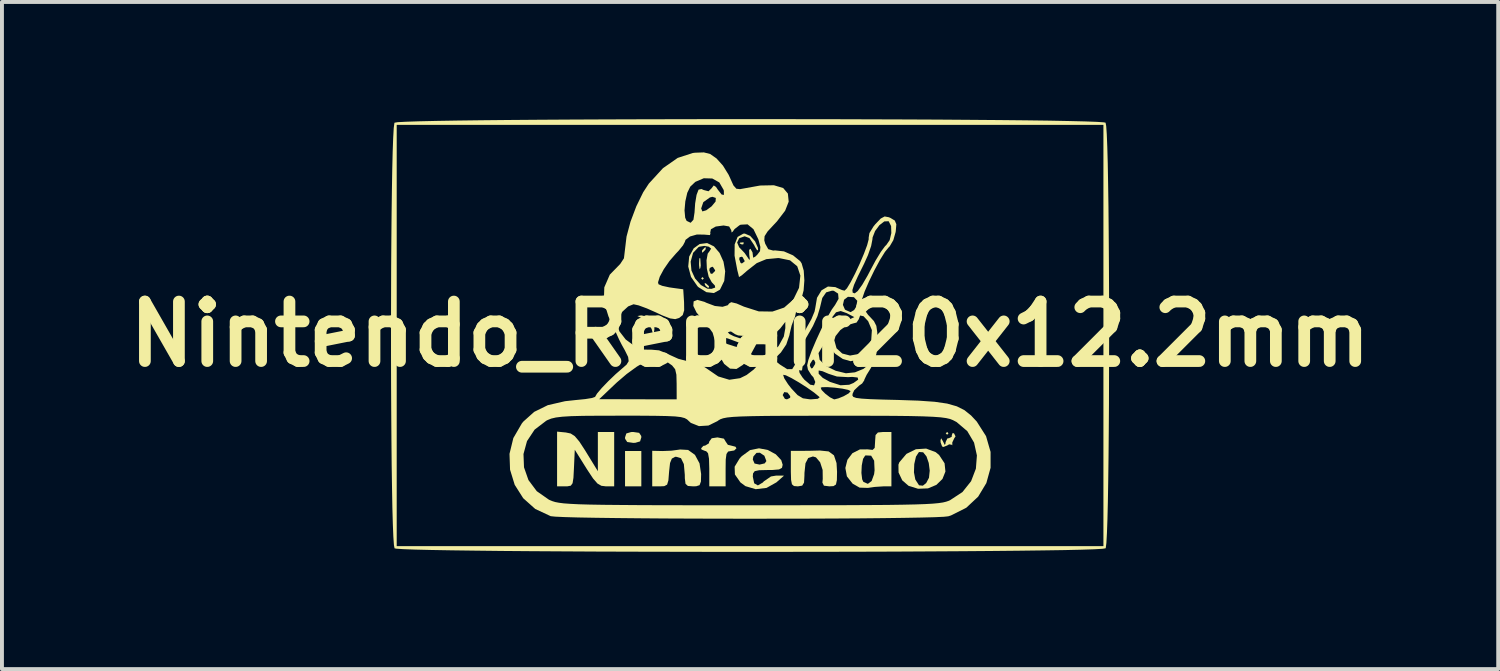
<source format=kicad_pcb>
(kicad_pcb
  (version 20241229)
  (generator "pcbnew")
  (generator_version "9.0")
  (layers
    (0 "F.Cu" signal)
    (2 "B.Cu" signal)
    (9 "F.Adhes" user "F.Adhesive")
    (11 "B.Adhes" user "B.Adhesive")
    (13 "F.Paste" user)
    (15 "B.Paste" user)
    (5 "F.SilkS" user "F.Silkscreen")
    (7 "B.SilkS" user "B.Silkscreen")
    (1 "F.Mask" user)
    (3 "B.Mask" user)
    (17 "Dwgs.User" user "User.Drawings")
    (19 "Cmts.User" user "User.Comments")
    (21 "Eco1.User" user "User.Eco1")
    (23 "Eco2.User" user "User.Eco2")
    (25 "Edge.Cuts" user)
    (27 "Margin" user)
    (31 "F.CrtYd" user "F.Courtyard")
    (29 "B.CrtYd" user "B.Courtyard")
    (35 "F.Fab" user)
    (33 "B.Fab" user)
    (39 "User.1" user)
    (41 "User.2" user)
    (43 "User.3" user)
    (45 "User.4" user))
  (footprint "Nintendo_Repair20x12.2mm"
    (layer "F.Cu")
    (at 16.154 5.505)
    (property "Reference" "Nintendo_Repair20x12.2mm" (at 0 0 0) (layer "F.SilkS") (effects (font (size 1.524 1.524) (thickness 0.3))))
    (attr board_only exclude_from_pos_files exclude_from_bom)
    (fp_poly (pts (xy -2.784 3.897) (xy -3.201 3.897) (xy -3.201 2.992) (xy -2.784 2.992)) (stroke (width 0) (type solid)) (fill yes) (layer "F.SilkS"))
    (fp_poly (pts (xy -1.183 -1.427) (xy -1.218 -1.392) (xy -1.253 -1.427) (xy -1.218 -1.461)) (stroke (width 0) (type solid)) (fill yes) (layer "F.SilkS"))
    (fp_poly (pts (xy 5.08 2.54) (xy 5.045 2.575) (xy 5.01 2.54) (xy 5.045 2.505)) (stroke (width 0) (type solid)) (fill yes) (layer "F.SilkS"))
    (fp_poly (pts (xy -0.162 -2.343) (xy -0.172 -2.301) (xy -0.209 -2.296) (xy -0.266 -2.322) (xy -0.255 -2.343) (xy -0.173 -2.351)) (stroke (width 0) (type solid)) (fill yes) (layer "F.SilkS"))
    (fp_poly (pts (xy -1.124 -1.294) (xy -1.049 -1.224) (xy -1.065 -1.184) (xy -1.075 -1.183) (xy -1.133 -1.232) (xy -1.155 -1.263) (xy -1.163 -1.311)) (stroke (width 0) (type solid)) (fill yes) (layer "F.SilkS"))
    (fp_poly (pts (xy -1.274 -1.931) (xy -1.263 -1.755) (xy -1.274 -1.688) (xy -1.294 -1.666) (xy -1.305 -1.762) (xy -1.306 -1.809) (xy -1.299 -1.936) (xy -1.281 -1.951)) (stroke (width 0) (type solid)) (fill yes) (layer "F.SilkS"))
    (fp_poly (pts (xy -1.135 -2.182) (xy -1.148 -2.157) (xy -1.214 -2.091) (xy -1.226 -2.088) (xy -1.231 -2.133) (xy -1.218 -2.157) (xy -1.152 -2.224) (xy -1.14 -2.227)) (stroke (width 0) (type solid)) (fill yes) (layer "F.SilkS"))
    (fp_poly (pts (xy -2.84 2.527) (xy -2.786 2.608) (xy -2.784 2.644) (xy -2.816 2.746) (xy -2.938 2.782) (xy -2.992 2.784) (xy -3.145 2.762) (xy -3.199 2.68) (xy -3.201 2.644) (xy -3.168 2.543) (xy -3.046 2.507) (xy -2.992 2.505)) (stroke (width 0) (type solid)) (fill yes) (layer "F.SilkS"))
    (fp_poly (pts (xy -2.573 -0.433) (xy -2.46 -0.292) (xy -2.449 -0.126) (xy -2.473 0.035) (xy -2.52 -0.131) (xy -2.592 -0.253) (xy -2.671 -0.256) (xy -2.746 -0.257) (xy -2.74 -0.311) (xy -2.765 -0.404) (xy -2.831 -0.438) (xy -2.885 -0.463) (xy -2.803 -0.478) (xy -2.775 -0.479)) (stroke (width 0) (type solid)) (fill yes) (layer "F.SilkS"))
    (fp_poly (pts (xy 5.224 2.543) (xy 5.261 2.618) (xy 5.231 2.661) (xy 5.177 2.774) (xy 5.178 2.809) (xy 5.177 2.848) (xy 5.166 2.833) (xy 5.097 2.821) (xy 5.049 2.85) (xy 4.951 2.889) (xy 4.917 2.876) (xy 4.879 2.773) (xy 4.876 2.72) (xy 4.892 2.665) (xy 4.937 2.74) (xy 4.941 2.749) (xy 4.987 2.839) (xy 5.003 2.802) (xy 5.006 2.766) (xy 5.05 2.672) (xy 5.097 2.662) (xy 5.164 2.627) (xy 5.165 2.587) (xy 5.188 2.53)) (stroke (width 0) (type solid)) (fill yes) (layer "F.SilkS"))
    (fp_poly (pts (xy -4.716 2.518) (xy -4.593 2.544) (xy -4.487 2.613) (xy -4.372 2.749) (xy -4.222 2.979) (xy -4.194 3.025) (xy -3.897 3.509) (xy -3.897 2.505) (xy -3.479 2.505) (xy -3.479 3.897) (xy -3.691 3.897) (xy -3.807 3.883) (xy -3.907 3.825) (xy -4.018 3.698) (xy -4.164 3.478) (xy -4.195 3.429) (xy -4.488 2.96) (xy -4.509 3.429) (xy -4.522 3.677) (xy -4.544 3.817) (xy -4.59 3.88) (xy -4.675 3.896) (xy -4.735 3.897) (xy -4.941 3.897) (xy -4.941 2.496)) (stroke (width 0) (type solid)) (fill yes) (layer "F.SilkS"))
    (fp_poly (pts (xy -0.669 2.676) (xy -0.626 2.749) (xy -0.568 2.834) (xy -0.487 2.853) (xy -0.374 2.882) (xy -0.348 2.923) (xy -0.406 2.979) (xy -0.487 2.992) (xy -0.562 3.006) (xy -0.604 3.069) (xy -0.623 3.211) (xy -0.626 3.445) (xy -0.626 3.897) (xy -1.044 3.897) (xy -1.044 3.445) (xy -1.051 3.191) (xy -1.076 3.05) (xy -1.125 2.996) (xy -1.148 2.992) (xy -1.241 2.955) (xy -1.253 2.923) (xy -1.196 2.861) (xy -1.148 2.853) (xy -1.056 2.797) (xy -1.044 2.749) (xy -0.982 2.666) (xy -0.835 2.644)) (stroke (width 0) (type solid)) (fill yes) (layer "F.SilkS"))
    (fp_poly (pts (xy -1.586 2.965) (xy -1.411 3.091) (xy -1.294 3.309) (xy -1.253 3.581) (xy -1.258 3.774) (xy -1.293 3.867) (xy -1.38 3.895) (xy -1.461 3.897) (xy -1.592 3.887) (xy -1.653 3.831) (xy -1.67 3.69) (xy -1.671 3.601) (xy -1.695 3.328) (xy -1.768 3.177) (xy -1.896 3.139) (xy -1.922 3.143) (xy -2.003 3.187) (xy -2.049 3.301) (xy -2.073 3.52) (xy -2.074 3.532) (xy -2.091 3.745) (xy -2.124 3.853) (xy -2.196 3.892) (xy -2.3 3.897) (xy -2.505 3.897) (xy -2.505 2.987) (xy -2.244 2.993) (xy -2.013 2.984) (xy -1.806 2.956) (xy -1.796 2.953)) (stroke (width 0) (type solid)) (fill yes) (layer "F.SilkS"))
    (fp_poly (pts (xy 2.012 3.003) (xy 2.148 3.103) (xy 2.214 3.301) (xy 2.227 3.523) (xy 2.223 3.739) (xy 2.199 3.85) (xy 2.136 3.891) (xy 2.03 3.897) (xy 1.891 3.88) (xy 1.852 3.802) (xy 1.861 3.706) (xy 1.858 3.478) (xy 1.794 3.281) (xy 1.687 3.155) (xy 1.61 3.132) (xy 1.489 3.172) (xy 1.419 3.306) (xy 1.393 3.552) (xy 1.392 3.624) (xy 1.382 3.801) (xy 1.335 3.879) (xy 1.227 3.897) (xy 1.218 3.897) (xy 1.124 3.889) (xy 1.072 3.844) (xy 1.05 3.732) (xy 1.044 3.52) (xy 1.044 3.443) (xy 1.044 2.989) (xy 1.305 2.989) (xy 1.552 2.986) (xy 1.786 2.98) (xy 1.79 2.98)) (stroke (width 0) (type solid)) (fill yes) (layer "F.SilkS"))
    (fp_poly (pts (xy 4.753 3.022) (xy 4.84 3.094) (xy 4.98 3.306) (xy 5.002 3.518) (xy 4.926 3.708) (xy 4.771 3.859) (xy 4.556 3.949) (xy 4.302 3.959) (xy 4.059 3.884) (xy 3.897 3.744) (xy 3.803 3.545) (xy 3.802 3.539) (xy 4.196 3.539) (xy 4.23 3.718) (xy 4.235 3.728) (xy 4.326 3.87) (xy 4.424 3.88) (xy 4.509 3.813) (xy 4.581 3.677) (xy 4.6 3.494) (xy 4.575 3.299) (xy 4.517 3.131) (xy 4.432 3.025) (xy 4.33 3.018) (xy 4.32 3.024) (xy 4.248 3.135) (xy 4.204 3.326) (xy 4.196 3.539) (xy 3.802 3.539) (xy 3.799 3.342) (xy 3.822 3.281) (xy 4.004 3.066) (xy 4.245 2.947) (xy 4.508 2.93)) (stroke (width 0) (type solid)) (fill yes) (layer "F.SilkS"))
    (fp_poly (pts (xy 3.619 3.897) (xy 3.419 3.897) (xy 3.19 3.912) (xy 3.017 3.937) (xy 2.805 3.93) (xy 2.626 3.828) (xy 2.479 3.641) (xy 2.463 3.553) (xy 2.851 3.553) (xy 2.87 3.717) (xy 2.902 3.783) (xy 3.016 3.833) (xy 3.112 3.761) (xy 3.176 3.585) (xy 3.188 3.486) (xy 3.177 3.24) (xy 3.1 3.112) (xy 2.962 3.105) (xy 2.946 3.111) (xy 2.893 3.194) (xy 2.86 3.361) (xy 2.851 3.553) (xy 2.463 3.553) (xy 2.44 3.427) (xy 2.492 3.218) (xy 2.621 3.048) (xy 2.813 2.951) (xy 3.009 2.95) (xy 3.138 2.964) (xy 3.191 2.912) (xy 3.201 2.757) (xy 3.201 2.747) (xy 3.213 2.584) (xy 3.273 2.518) (xy 3.41 2.505) (xy 3.619 2.505)) (stroke (width 0) (type solid)) (fill yes) (layer "F.SilkS"))
    (fp_poly (pts (xy 0.455 2.966) (xy 0.659 3.077) (xy 0.798 3.225) (xy 0.835 3.345) (xy 0.817 3.423) (xy 0.741 3.464) (xy 0.574 3.478) (xy 0.452 3.479) (xy 0.233 3.484) (xy 0.119 3.508) (xy 0.076 3.567) (xy 0.07 3.649) (xy 0.106 3.819) (xy 0.2 3.873) (xy 0.326 3.799) (xy 0.353 3.769) (xy 0.535 3.644) (xy 0.672 3.621) (xy 0.87 3.623) (xy 0.675 3.795) (xy 0.422 3.937) (xy 0.144 3.97) (xy -0.118 3.892) (xy -0.247 3.796) (xy -0.388 3.593) (xy -0.395 3.394) (xy -0.283 3.209) (xy 0.07 3.209) (xy 0.115 3.313) (xy 0.244 3.34) (xy 0.375 3.309) (xy 0.418 3.25) (xy 0.366 3.113) (xy 0.25 3.036) (xy 0.165 3.04) (xy 0.085 3.132) (xy 0.07 3.209) (xy -0.283 3.209) (xy -0.266 3.182) (xy -0.214 3.126) (xy -0.00043 2.969) (xy 0.229 2.923)) (stroke (width 0) (type solid)) (fill yes) (layer "F.SilkS"))
    (fp_poly (pts (xy -0.925 -2.247) (xy -0.781 -2.079) (xy -0.681 -1.857) (xy -0.637 -1.609) (xy -0.661 -1.363) (xy -0.766 -1.148) (xy -0.774 -1.137) (xy -0.926 -1.052) (xy -1.12 -1.075) (xy -1.322 -1.203) (xy -1.346 -1.226) (xy -1.512 -1.465) (xy -1.583 -1.731) (xy -1.571 -1.856) (xy -1.521 -1.856) (xy -1.501 -1.629) (xy -1.408 -1.425) (xy -1.259 -1.258) (xy -1.094 -1.164) (xy -0.988 -1.159) (xy -0.893 -1.192) (xy -0.901 -1.244) (xy -0.981 -1.329) (xy -1.06 -1.472) (xy -1.097 -1.635) (xy -1.044 -1.635) (xy -1.009 -1.549) (xy -0.969 -1.544) (xy -0.897 -1.616) (xy -0.894 -1.635) (xy -0.948 -1.717) (xy -0.969 -1.726) (xy -1.032 -1.693) (xy -1.044 -1.635) (xy -1.097 -1.635) (xy -1.106 -1.676) (xy -1.115 -1.89) (xy -1.084 -2.061) (xy -1.035 -2.128) (xy -0.997 -2.189) (xy -1.056 -2.238) (xy -1.169 -2.259) (xy -1.295 -2.239) (xy -1.32 -2.228) (xy -1.459 -2.081) (xy -1.521 -1.856) (xy -1.571 -1.856) (xy -1.559 -1.986) (xy -1.443 -2.197) (xy -1.291 -2.307) (xy -1.099 -2.332)) (stroke (width 0) (type solid)) (fill yes) (layer "F.SilkS"))
    (fp_poly (pts (xy 1.106 -5.504) (xy 2.07 -5.503) (xy 3.013 -5.5) (xy 3.925 -5.497) (xy 4.795 -5.493) (xy 5.613 -5.487) (xy 6.37 -5.481) (xy 7.055 -5.474) (xy 7.659 -5.466) (xy 8.17 -5.456) (xy 8.581 -5.446) (xy 8.879 -5.435) (xy 9.056 -5.423) (xy 9.102 -5.414) (xy 9.118 -5.33) (xy 9.133 -5.119) (xy 9.146 -4.795) (xy 9.158 -4.372) (xy 9.167 -3.861) (xy 9.176 -3.277) (xy 9.182 -2.632) (xy 9.187 -1.939) (xy 9.191 -1.211) (xy 9.193 -0.462) (xy 9.193 0.296) (xy 9.191 1.049) (xy 9.189 1.785) (xy 9.184 2.49) (xy 9.178 3.151) (xy 9.17 3.756) (xy 9.161 4.291) (xy 9.15 4.743) (xy 9.137 5.099) (xy 9.123 5.346) (xy 9.107 5.472) (xy 9.102 5.484) (xy 9.021 5.496) (xy 8.811 5.508) (xy 8.482 5.519) (xy 8.043 5.529) (xy 7.506 5.537) (xy 6.88 5.545) (xy 6.174 5.552) (xy 5.4 5.558) (xy 4.567 5.563) (xy 3.685 5.568) (xy 2.764 5.571) (xy 1.815 5.573) (xy 0.846 5.574) (xy -0.13 5.575) (xy -1.106 5.574) (xy -2.07 5.572) (xy -3.013 5.57) (xy -3.925 5.567) (xy -4.795 5.562) (xy -5.613 5.557) (xy -6.37 5.551) (xy -7.055 5.543) (xy -7.659 5.535) (xy -8.17 5.526) (xy -8.581 5.516) (xy -8.879 5.505) (xy -9.056 5.493) (xy -9.102 5.484) (xy -9.113 5.428) (xy -9.047 5.428) (xy 9.047 5.428) (xy 9.047 -5.358) (xy -9.047 -5.358) (xy -9.047 5.428) (xy -9.113 5.428) (xy -9.118 5.399) (xy -9.133 5.189) (xy -9.146 4.865) (xy -9.158 4.441) (xy -9.167 3.931) (xy -9.176 3.347) (xy -9.182 2.701) (xy -9.187 2.009) (xy -9.191 1.281) (xy -9.193 0.532) (xy -9.193 -0.226) (xy -9.191 -0.979) (xy -9.189 -1.715) (xy -9.184 -2.42) (xy -9.178 -3.082) (xy -9.17 -3.687) (xy -9.161 -4.221) (xy -9.15 -4.674) (xy -9.137 -5.03) (xy -9.123 -5.277) (xy -9.107 -5.402) (xy -9.102 -5.414) (xy -9.021 -5.427) (xy -8.811 -5.438) (xy -8.482 -5.449) (xy -8.043 -5.459) (xy -7.506 -5.468) (xy -6.88 -5.476) (xy -6.174 -5.483) (xy -5.4 -5.489) (xy -4.567 -5.494) (xy -3.685 -5.498) (xy -2.764 -5.501) (xy -1.815 -5.503) (xy -0.846 -5.505) (xy 0.13 -5.505)) (stroke (width 0) (type solid)) (fill yes) (layer "F.SilkS"))
    (fp_poly (pts (xy -1.022 -4.612) (xy -0.864 -4.502) (xy -0.856 -4.495) (xy -0.694 -4.315) (xy -0.549 -4.08) (xy -0.511 -3.997) (xy -0.426 -3.808) (xy -0.351 -3.723) (xy -0.255 -3.712) (xy -0.209 -3.721) (xy 0.258 -3.805) (xy 0.61 -3.812) (xy 0.848 -3.741) (xy 0.968 -3.599) (xy 0.989 -3.392) (xy 0.898 -3.16) (xy 0.69 -2.888) (xy 0.609 -2.802) (xy 0.448 -2.628) (xy 0.372 -2.508) (xy 0.364 -2.403) (xy 0.388 -2.315) (xy 0.466 -2.175) (xy 0.591 -2.14) (xy 0.641 -2.144) (xy 0.867 -2.119) (xy 1.101 -2.017) (xy 1.282 -1.87) (xy 1.32 -1.813) (xy 1.374 -1.626) (xy 1.39 -1.375) (xy 1.371 -1.12) (xy 1.319 -0.918) (xy 1.29 -0.866) (xy 1.207 -0.709) (xy 1.185 -0.608) (xy 1.15 -0.441) (xy 1.117 -0.364) (xy 1.063 -0.217) (xy 1.014 -0.011) (xy 1.008 0.025) (xy 0.927 0.265) (xy 0.79 0.469) (xy 0.786 0.473) (xy 0.607 0.651) (xy 0.764 0.778) (xy 0.951 0.897) (xy 1.079 0.896) (xy 1.159 0.768) (xy 1.198 0.539) (xy 1.287 0.146) (xy 1.45 -0.17) (xy 1.571 -0.385) (xy 1.651 -0.578) (xy 1.67 -0.671) (xy 1.714 -0.931) (xy 1.829 -1.121) (xy 1.994 -1.219) (xy 2.184 -1.204) (xy 2.22 -1.187) (xy 2.356 -1.128) (xy 2.42 -1.113) (xy 2.436 -1.129) (xy 2.62 -1.129) (xy 2.627 -1.063) (xy 2.678 -1.044) (xy 2.68 -1.044) (xy 2.756 -1.103) (xy 2.872 -1.264) (xy 3.01 -1.501) (xy 3.071 -1.618) (xy 3.213 -1.883) (xy 3.348 -2.106) (xy 3.456 -2.252) (xy 3.489 -2.283) (xy 3.574 -2.406) (xy 3.617 -2.587) (xy 3.611 -2.767) (xy 3.552 -2.885) (xy 3.544 -2.891) (xy 3.437 -2.886) (xy 3.312 -2.79) (xy 3.201 -2.64) (xy 3.137 -2.475) (xy 3.132 -2.422) (xy 3.1 -2.257) (xy 3.019 -2.024) (xy 2.919 -1.802) (xy 2.76 -1.48) (xy 2.662 -1.262) (xy 2.62 -1.129) (xy 2.436 -1.129) (xy 2.48 -1.173) (xy 2.575 -1.33) (xy 2.69 -1.552) (xy 2.808 -1.805) (xy 2.915 -2.057) (xy 2.997 -2.276) (xy 3.037 -2.427) (xy 3.037 -2.47) (xy 3.056 -2.587) (xy 3.158 -2.754) (xy 3.207 -2.815) (xy 3.346 -2.96) (xy 3.446 -3.013) (xy 3.553 -2.993) (xy 3.595 -2.975) (xy 3.706 -2.908) (xy 3.745 -2.813) (xy 3.731 -2.64) (xy 3.727 -2.613) (xy 3.668 -2.406) (xy 3.576 -2.249) (xy 3.553 -2.227) (xy 3.454 -2.106) (xy 3.323 -1.895) (xy 3.181 -1.631) (xy 3.045 -1.35) (xy 2.933 -1.091) (xy 2.865 -0.891) (xy 2.853 -0.815) (xy 2.902 -0.664) (xy 3.022 -0.493) (xy 3.059 -0.455) (xy 3.172 -0.333) (xy 3.233 -0.213) (xy 3.257 -0.046) (xy 3.258 0.19) (xy 3.237 0.49) (xy 3.18 0.708) (xy 3.086 0.879) (xy 2.984 1.043) (xy 2.927 1.163) (xy 2.923 1.184) (xy 2.869 1.264) (xy 2.792 1.318) (xy 2.667 1.437) (xy 2.627 1.522) (xy 2.62 1.571) (xy 2.644 1.607) (xy 2.717 1.633) (xy 2.856 1.651) (xy 3.082 1.665) (xy 3.412 1.676) (xy 3.783 1.685) (xy 4.314 1.703) (xy 4.727 1.732) (xy 5.046 1.778) (xy 5.293 1.848) (xy 5.49 1.947) (xy 5.659 2.083) (xy 5.804 2.238) (xy 6.042 2.612) (xy 6.158 3.015) (xy 6.158 3.422) (xy 6.05 3.812) (xy 5.84 4.161) (xy 5.536 4.445) (xy 5.144 4.642) (xy 5.074 4.664) (xy 4.963 4.676) (xy 4.727 4.687) (xy 4.379 4.696) (xy 3.934 4.704) (xy 3.405 4.711) (xy 2.807 4.717) (xy 2.153 4.721) (xy 1.458 4.724) (xy 0.734 4.725) (xy -0.004 4.726) (xy -0.742 4.725) (xy -1.466 4.723) (xy -2.163 4.72) (xy -2.818 4.715) (xy -3.418 4.709) (xy -3.949 4.702) (xy -4.396 4.694) (xy -4.747 4.684) (xy -4.987 4.673) (xy -5.103 4.661) (xy -5.104 4.661) (xy -5.499 4.477) (xy -5.808 4.201) (xy -6.026 3.858) (xy -6.145 3.471) (xy -6.159 3.069) (xy -5.801 3.069) (xy -5.788 3.41) (xy -5.674 3.736) (xy -5.461 4.021) (xy -5.149 4.239) (xy -5.12 4.252) (xy -5.059 4.277) (xy -4.987 4.299) (xy -4.893 4.317) (xy -4.768 4.333) (xy -4.601 4.345) (xy -4.383 4.356) (xy -4.102 4.364) (xy -3.749 4.37) (xy -3.314 4.374) (xy -2.786 4.378) (xy -2.156 4.38) (xy -1.412 4.381) (xy -0.545 4.381) (xy 0 4.381) (xy 0.941 4.381) (xy 1.752 4.38) (xy 2.445 4.379) (xy 3.03 4.376) (xy 3.516 4.373) (xy 3.914 4.367) (xy 4.234 4.36) (xy 4.486 4.351) (xy 4.68 4.34) (xy 4.827 4.326) (xy 4.937 4.31) (xy 5.02 4.29) (xy 5.087 4.267) (xy 5.12 4.252) (xy 5.438 4.043) (xy 5.659 3.765) (xy 5.782 3.444) (xy 5.808 3.106) (xy 5.735 2.777) (xy 5.562 2.484) (xy 5.288 2.251) (xy 5.193 2.201) (xy 5.119 2.172) (xy 5.019 2.149) (xy 4.88 2.13) (xy 4.688 2.116) (xy 4.431 2.105) (xy 4.094 2.097) (xy 3.664 2.092) (xy 3.128 2.09) (xy 2.472 2.089) (xy 2.147 2.089) (xy 1.446 2.09) (xy 0.872 2.091) (xy 0.409 2.094) (xy 0.046 2.1) (xy -0.232 2.108) (xy -0.438 2.119) (xy -0.586 2.134) (xy -0.689 2.154) (xy -0.76 2.179) (xy -0.813 2.21) (xy -0.835 2.227) (xy -1.065 2.34) (xy -1.308 2.355) (xy -1.517 2.272) (xy -1.566 2.227) (xy -1.613 2.183) (xy -1.675 2.149) (xy -1.771 2.124) (xy -1.918 2.107) (xy -2.134 2.097) (xy -2.437 2.091) (xy -2.845 2.088) (xy -3.335 2.088) (xy -3.864 2.089) (xy -4.274 2.092) (xy -4.582 2.1) (xy -4.808 2.114) (xy -4.971 2.134) (xy -5.091 2.162) (xy -5.185 2.2) (xy -5.218 2.217) (xy -5.517 2.446) (xy -5.711 2.739) (xy -5.801 3.069) (xy -6.159 3.069) (xy -6.159 3.064) (xy -6.061 2.661) (xy -5.843 2.286) (xy -5.804 2.238) (xy -5.527 1.99) (xy -5.179 1.819) (xy -4.737 1.717) (xy -4.471 1.688) (xy -4.24 1.665) (xy -3.862 1.665) (xy -2.871 1.668) (xy -1.879 1.67) (xy -1.879 1.56) (xy 0.835 1.56) (xy 0.891 1.656) (xy 0.945 1.67) (xy 1.026 1.63) (xy 1.028 1.587) (xy 0.959 1.496) (xy 0.875 1.484) (xy 0.835 1.56) (xy -1.879 1.56) (xy -1.88 1.27) (xy -1.886 1.039) (xy -1.918 0.899) (xy -1.996 0.802) (xy -2.123 0.713) (xy -2.366 0.556) (xy -2.692 0.709) (xy -2.902 0.834) (xy -3.159 1.021) (xy -3.409 1.235) (xy -3.44 1.264) (xy -3.862 1.665) (xy -4.24 1.665) (xy -4.226 1.664) (xy -4.047 1.635) (xy -3.968 1.607) (xy -3.967 1.604) (xy -3.919 1.523) (xy -3.797 1.379) (xy -3.627 1.202) (xy -3.438 1.021) (xy -3.286 0.889) (xy -3.162 0.781) (xy -3.108 0.693) (xy -3.122 0.584) (xy -3.205 0.415) (xy -3.282 0.278) (xy -3.355 0.134) (xy -3.416 0) (xy -3.495 -0.175) (xy -3.553 -0.3) (xy -3.41 -0.3) (xy -3.347 -0.074) (xy -3.184 0.137) (xy -2.958 0.304) (xy -2.709 0.396) (xy -2.525 0.398) (xy -2.33 0.415) (xy -2.085 0.517) (xy -2.063 0.529) (xy -1.838 0.631) (xy -1.618 0.69) (xy -1.554 0.695) (xy -1.317 0.752) (xy -1.127 0.869) (xy -0.815 1.083) (xy -0.531 1.168) (xy -0.256 1.128) (xy -0.091 1.047) (xy -0.085 1.043) (xy 0.847 1.043) (xy 0.875 1.13) (xy 0.972 1.281) (xy 1.056 1.389) (xy 1.215 1.56) (xy 1.353 1.643) (xy 1.525 1.668) (xy 1.562 1.669) (xy 1.732 1.656) (xy 1.781 1.62) (xy 1.771 1.605) (xy 1.641 1.497) (xy 1.462 1.371) (xy 1.809 1.371) (xy 1.831 1.429) (xy 1.925 1.524) (xy 2.046 1.617) (xy 2.147 1.668) (xy 2.162 1.67) (xy 2.263 1.644) (xy 2.398 1.589) (xy 2.527 1.515) (xy 2.575 1.459) (xy 2.513 1.427) (xy 2.361 1.395) (xy 2.166 1.37) (xy 1.977 1.356) (xy 1.843 1.359) (xy 1.809 1.371) (xy 1.462 1.371) (xy 1.457 1.367) (xy 1.253 1.237) (xy 1.062 1.126) (xy 0.916 1.054) (xy 0.848 1.041) (xy 0.847 1.043) (xy -0.085 1.043) (xy 0.072 0.923) (xy 1.254 0.923) (xy 1.268 0.993) (xy 1.342 1.108) (xy 1.394 1.17) (xy 1.541 1.294) (xy 1.638 1.311) (xy 1.67 1.226) (xy 1.621 1.104) (xy 1.566 1.044) (xy 1.498 0.935) (xy 1.756 0.935) (xy 1.757 1.015) (xy 1.861 1.12) (xy 2.044 1.222) (xy 2.317 1.309) (xy 2.538 1.296) (xy 2.649 1.25) (xy 2.768 1.165) (xy 2.755 1.111) (xy 2.616 1.095) (xy 2.509 1.101) (xy 2.224 1.085) (xy 2.011 1.016) (xy 1.856 0.95) (xy 1.763 0.931) (xy 1.756 0.935) (xy 1.498 0.935) (xy 1.481 0.907) (xy 1.463 0.808) (xy 1.531 0.808) (xy 1.566 0.877) (xy 1.601 0.87) (xy 1.664 0.769) (xy 1.67 0.722) (xy 1.635 0.654) (xy 1.601 0.661) (xy 1.537 0.761) (xy 1.531 0.808) (xy 1.463 0.808) (xy 1.461 0.801) (xy 1.493 0.66) (xy 1.556 0.486) (xy 1.753 0.486) (xy 1.782 0.657) (xy 1.938 0.814) (xy 2.193 0.938) (xy 2.454 1.002) (xy 2.686 0.978) (xy 2.904 0.889) (xy 3.026 0.79) (xy 3.111 0.656) (xy 3.128 0.541) (xy 3.113 0.515) (xy 3.038 0.523) (xy 2.895 0.583) (xy 2.881 0.59) (xy 2.708 0.663) (xy 2.575 0.693) (xy 2.575 0.693) (xy 2.375 0.636) (xy 2.176 0.5) (xy 2.055 0.351) (xy 1.984 0.245) (xy 1.917 0.255) (xy 1.856 0.312) (xy 1.753 0.486) (xy 1.556 0.486) (xy 1.575 0.432) (xy 1.692 0.156) (xy 2.157 0.156) (xy 2.214 0.362) (xy 2.36 0.496) (xy 2.56 0.548) (xy 2.777 0.509) (xy 2.961 0.386) (xy 3.102 0.155) (xy 3.119 -0.104) (xy 3.023 -0.332) (xy 2.906 -0.458) (xy 2.818 -0.477) (xy 2.784 -0.384) (xy 2.784 -0.383) (xy 2.726 -0.296) (xy 2.654 -0.278) (xy 2.483 -0.228) (xy 2.311 -0.104) (xy 2.188 0.051) (xy 2.157 0.156) (xy 1.692 0.156) (xy 1.693 0.154) (xy 1.774 -0.022) (xy 1.936 -0.022) (xy 1.947 0.066) (xy 2.005 0.051) (xy 2.083 -0.061) (xy 2.189 -0.173) (xy 2.364 -0.289) (xy 2.411 -0.313) (xy 2.669 -0.436) (xy 2.474 -0.538) (xy 2.321 -0.592) (xy 2.201 -0.559) (xy 2.093 -0.421) (xy 1.986 -0.191) (xy 1.936 -0.022) (xy 1.774 -0.022) (xy 1.829 -0.14) (xy 1.968 -0.413) (xy 2.093 -0.631) (xy 2.175 -0.745) (xy 2.178 -0.75) (xy 2.377 -0.75) (xy 2.428 -0.632) (xy 2.446 -0.618) (xy 2.575 -0.563) (xy 2.665 -0.618) (xy 2.719 -0.705) (xy 2.745 -0.854) (xy 2.659 -0.946) (xy 2.506 -0.956) (xy 2.407 -0.881) (xy 2.377 -0.75) (xy 2.178 -0.75) (xy 2.266 -0.904) (xy 2.254 -1.038) (xy 2.144 -1.11) (xy 2.098 -1.113) (xy 1.949 -1.07) (xy 1.849 -0.926) (xy 1.788 -0.672) (xy 1.725 -0.461) (xy 1.61 -0.208) (xy 1.526 -0.061) (xy 1.397 0.159) (xy 1.337 0.336) (xy 1.33 0.531) (xy 1.338 0.626) (xy 1.346 0.814) (xy 1.331 0.922) (xy 1.312 0.933) (xy 1.254 0.923) (xy 0.072 0.923) (xy 0.092 0.908) (xy 0.234 0.755) (xy 0.24 0.746) (xy 0.388 0.584) (xy 0.528 0.484) (xy 0.727 0.309) (xy 0.864 0.062) (xy 0.903 -0.153) (xy 0.902 -0.313) (xy 0.776 -0.149) (xy 0.685 -0.059) (xy 0.561 -0.004) (xy 0.365 0.028) (xy 0.156 0.044) (xy -0.118 0.05) (xy -0.307 0.033) (xy -0.382 0.002) (xy -0.483 -0.065) (xy -0.509 -0.067) (xy -0.569 -0.047) (xy -0.527 -0.002) (xy -0.417 0.053) (xy -0.269 0.103) (xy -0.115 0.135) (xy -0.05 0.139) (xy 0.114 0.151) (xy 0.194 0.18) (xy 0.195 0.191) (xy 0.000106 0.553) (xy -0.179 0.784) (xy -0.348 0.892) (xy -0.513 0.883) (xy -0.664 0.761) (xy -0.793 0.542) (xy -0.876 0.268) (xy -0.885 0.21) (xy -0.921 0.092) (xy -0.747 0.092) (xy -0.728 0.144) (xy -0.596 0.249) (xy -0.376 0.32) (xy -0.174 0.34) (xy -0.07 0.335) (xy -0.068 0.312) (xy -0.179 0.259) (xy -0.313 0.206) (xy -0.562 0.113) (xy -0.701 0.076) (xy -0.747 0.092) (xy -0.921 0.092) (xy -0.958 -0.036) (xy -1.124 -0.27) (xy -1.192 -0.341) (xy -1.37 -0.552) (xy -1.453 -0.723) (xy -1.445 -0.838) (xy -1.348 -0.877) (xy -1.166 -0.826) (xy -1.119 -0.803) (xy -0.9 -0.721) (xy -0.704 -0.7) (xy -0.569 -0.741) (xy -0.539 -0.783) (xy -0.483 -0.818) (xy -0.345 -0.785) (xy -0.155 -0.703) (xy 0.222 -0.583) (xy 0.572 -0.578) (xy 0.873 -0.68) (xy 1.107 -0.884) (xy 1.252 -1.182) (xy 1.254 -1.188) (xy 1.288 -1.499) (xy 1.208 -1.737) (xy 1.023 -1.89) (xy 0.739 -1.948) (xy 0.715 -1.948) (xy 0.417 -1.92) (xy 0.171 -1.818) (xy -0.083 -1.618) (xy -0.087 -1.614) (xy -0.21 -1.507) (xy -0.279 -1.463) (xy -0.284 -1.466) (xy -0.304 -1.55) (xy -0.326 -1.635) (xy -0.38 -1.918) (xy -0.278 -1.918) (xy -0.242 -1.823) (xy -0.209 -1.809) (xy -0.141 -1.859) (xy -0.139 -1.875) (xy -0.19 -1.969) (xy -0.209 -1.983) (xy -0.268 -1.968) (xy -0.278 -1.918) (xy -0.38 -1.918) (xy -0.397 -2.009) (xy -0.394 -2.298) (xy -0.319 -2.489) (xy -0.174 -2.572) (xy -0.135 -2.575) (xy 0.002 -2.516) (xy 0.128 -2.377) (xy 0.201 -2.211) (xy 0.206 -2.159) (xy 0.182 -2.144) (xy 0.125 -2.236) (xy 0.105 -2.279) (xy -0.016 -2.459) (xy -0.138 -2.505) (xy -0.277 -2.456) (xy -0.331 -2.345) (xy -0.278 -2.222) (xy -0.261 -2.206) (xy -0.139 -2.077) (xy -0.074 -1.983) (xy -0.017 -1.898) (xy -0.007 -1.93) (xy -0.021 -2.033) (xy -0.023 -2.157) (xy 0.01 -2.186) (xy 0.063 -2.092) (xy 0.07 -2.034) (xy 0.079 -1.957) (xy 0.132 -1.983) (xy 0.186 -2.035) (xy 0.255 -2.125) (xy 0.264 -2.232) (xy 0.218 -2.409) (xy 0.208 -2.437) (xy 0.087 -2.687) (xy -0.064 -2.811) (xy -0.24 -2.802) (xy -0.272 -2.787) (xy -0.397 -2.69) (xy -0.441 -2.628) (xy -0.472 -2.602) (xy -0.482 -2.662) (xy -0.536 -2.757) (xy -0.678 -2.782) (xy -0.878 -2.755) (xy -1.002 -2.686) (xy -1.021 -2.595) (xy -1.014 -2.584) (xy -1.027 -2.536) (xy -1.163 -2.547) (xy -1.171 -2.548) (xy -1.361 -2.551) (xy -1.538 -2.5) (xy -1.652 -2.414) (xy -1.67 -2.361) (xy -1.716 -2.274) (xy -1.83 -2.134) (xy -1.896 -2.065) (xy -2.063 -1.873) (xy -2.208 -1.663) (xy -2.312 -1.47) (xy -2.356 -1.327) (xy -2.344 -1.277) (xy -2.249 -1.237) (xy -2.071 -1.198) (xy -2.003 -1.188) (xy -1.711 -1.148) (xy -1.69 -0.82) (xy -1.687 -0.609) (xy -1.724 -0.488) (xy -1.813 -0.416) (xy -1.813 -0.415) (xy -1.916 -0.384) (xy -2.048 -0.403) (xy -2.245 -0.479) (xy -2.401 -0.552) (xy -2.643 -0.659) (xy -2.852 -0.736) (xy -2.983 -0.765) (xy -2.983 -0.765) (xy -3.121 -0.71) (xy -3.268 -0.576) (xy -3.379 -0.413) (xy -3.41 -0.3) (xy -3.553 -0.3) (xy -3.597 -0.395) (xy -3.625 -0.452) (xy -3.744 -0.836) (xy -3.732 -1.198) (xy -3.591 -1.523) (xy -3.326 -1.795) (xy -3.325 -1.796) (xy -3.229 -1.942) (xy -3.201 -2.178) (xy -3.163 -2.497) (xy -3.061 -2.879) (xy -2.952 -3.168) (xy -1.678 -3.168) (xy -1.661 -2.98) (xy -1.624 -2.9) (xy -1.521 -2.851) (xy -1.45 -2.929) (xy -1.422 -3.114) (xy -1.415 -3.218) (xy -1.252 -3.218) (xy -1.221 -3.142) (xy -1.122 -3.171) (xy -0.986 -3.271) (xy -0.883 -3.395) (xy -0.877 -3.487) (xy -0.963 -3.516) (xy -1.029 -3.499) (xy -1.197 -3.379) (xy -1.252 -3.218) (xy -1.415 -3.218) (xy -1.406 -3.348) (xy -1.371 -3.559) (xy -1.369 -3.568) (xy -1.319 -3.699) (xy -1.245 -3.716) (xy -1.185 -3.689) (xy -1.063 -3.658) (xy -0.986 -3.734) (xy -0.93 -3.807) (xy -0.872 -3.769) (xy -0.826 -3.7) (xy -0.728 -3.575) (xy -0.67 -3.564) (xy -0.671 -3.667) (xy -0.677 -3.693) (xy -0.787 -3.884) (xy -0.968 -3.985) (xy -1.185 -3.991) (xy -1.401 -3.899) (xy -1.532 -3.775) (xy -1.608 -3.618) (xy -1.658 -3.398) (xy -1.678 -3.168) (xy -2.952 -3.168) (xy -2.912 -3.274) (xy -2.736 -3.633) (xy -2.592 -3.854) (xy -2.23 -4.249) (xy -1.853 -4.512) (xy -1.466 -4.638) (xy -1.41 -4.645) (xy -1.182 -4.653)) (stroke (width 0) (type solid)) (fill yes) (layer "F.SilkS")))
  (gr_rect
    (start -3 -3)
    (end 35.309 14.08)
    (stroke (width 0.1) (type default))
    (fill no)
    (layer "Edge.Cuts")))
</source>
